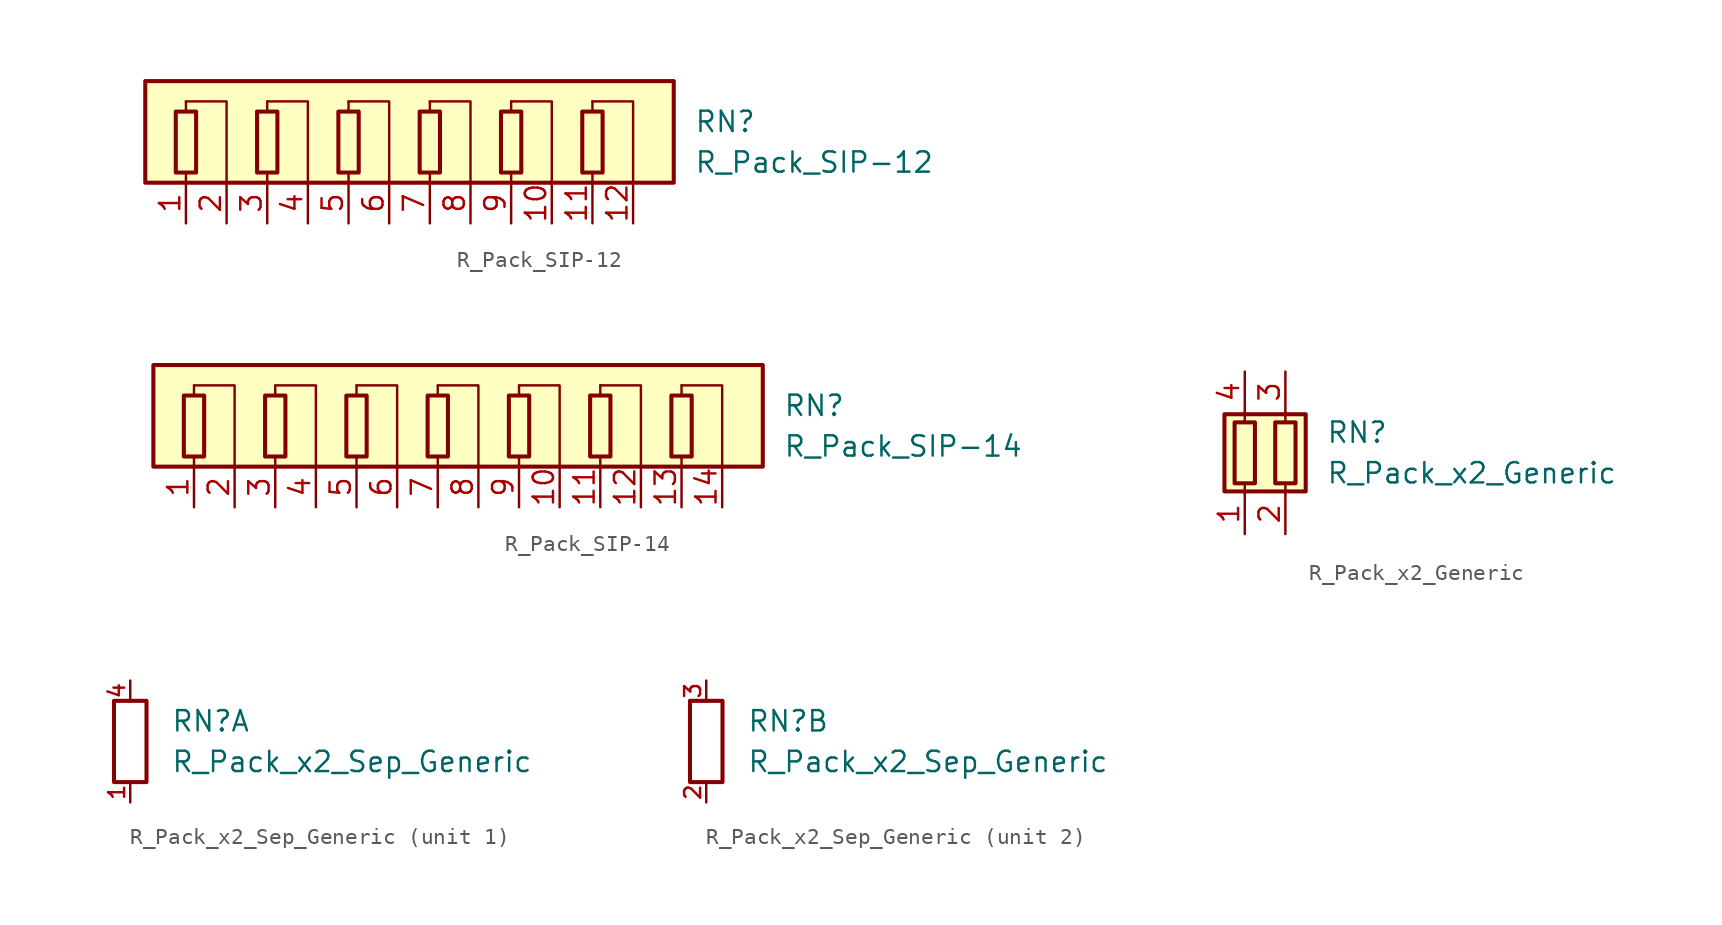
<source format=kicad_sym>
(kicad_symbol_lib
  (version 20211014)
  (generator kicad_symbol_editor)
  (symbol "R_Pack_SIP-12"
    (pin_names
      (offset 0.002) hide)
    (property "Reference" "RN"
      (at 17.78 1.27 0)
      (effects (font (size 1.27 1.27)) (justify left)))
    (property "Value" "R_Pack_SIP-12"
      (at 17.78 -1.27 0)
      (effects (font (size 1.27 1.27)) (justify left)))
    (symbol "R_Pack_SIP-12_0_1"
      (rectangle (start -16.51 3.81) (end 16.51 -2.54) (stroke (width 0.254) (type default) (color 0 0 0 0)) (fill (type background)))
      (rectangle (start -14.605 1.905) (end -13.335 -1.905) (stroke (width 0.254) (type default) (color 0 0 0 0)) (fill (type none)))
      (rectangle (start -9.525 1.905) (end -8.255 -1.905) (stroke (width 0.254) (type default) (color 0 0 0 0)) (fill (type none)))
      (rectangle (start -4.445 1.905) (end -3.175 -1.905) (stroke (width 0.254) (type default) (color 0 0 0 0)) (fill (type none)))
      (polyline (pts (xy -13.97 -2.54) (xy -13.97 -1.905)) (stroke (width 0) (type default) (color 0 0 0 0)) (fill (type none)))
      (polyline (pts (xy -13.97 1.905) (xy -13.97 2.54)) (stroke (width 0) (type default) (color 0 0 0 0)) (fill (type none)))
      (polyline (pts (xy -8.89 -2.54) (xy -8.89 -1.905)) (stroke (width 0) (type default) (color 0 0 0 0)) (fill (type none)))
      (polyline (pts (xy -8.89 1.905) (xy -8.89 2.54)) (stroke (width 0) (type default) (color 0 0 0 0)) (fill (type none)))
      (polyline (pts (xy -3.81 -2.54) (xy -3.81 -1.905)) (stroke (width 0) (type default) (color 0 0 0 0)) (fill (type none)))
      (polyline (pts (xy -3.81 1.905) (xy -3.81 2.54)) (stroke (width 0) (type default) (color 0 0 0 0)) (fill (type none)))
      (polyline (pts (xy 1.27 -2.54) (xy 1.27 -1.905)) (stroke (width 0) (type default) (color 0 0 0 0)) (fill (type none)))
      (polyline (pts (xy 1.27 1.905) (xy 1.27 2.54)) (stroke (width 0) (type default) (color 0 0 0 0)) (fill (type none)))
      (polyline (pts (xy 6.35 -2.54) (xy 6.35 -1.905)) (stroke (width 0) (type default) (color 0 0 0 0)) (fill (type none)))
      (polyline (pts (xy 6.35 1.905) (xy 6.35 2.54)) (stroke (width 0) (type default) (color 0 0 0 0)) (fill (type none)))
      (polyline (pts (xy 11.43 -2.54) (xy 11.43 -1.905)) (stroke (width 0) (type default) (color 0 0 0 0)) (fill (type none)))
      (polyline (pts (xy 11.43 1.905) (xy 11.43 2.54)) (stroke (width 0) (type default) (color 0 0 0 0)) (fill (type none)))
      (polyline (pts (xy -13.97 2.54) (xy -11.43 2.54) (xy -11.43 -2.54)) (stroke (width 0.152) (type default) (color 0 0 0 0)) (fill (type none)))
      (polyline (pts (xy -8.89 2.54) (xy -6.35 2.54) (xy -6.35 -2.54)) (stroke (width 0.152) (type default) (color 0 0 0 0)) (fill (type none)))
      (polyline (pts (xy -3.81 2.54) (xy -1.27 2.54) (xy -1.27 -2.54)) (stroke (width 0.152) (type default) (color 0 0 0 0)) (fill (type none)))
      (polyline (pts (xy 1.27 2.54) (xy 3.81 2.54) (xy 3.81 -2.54)) (stroke (width 0.152) (type default) (color 0 0 0 0)) (fill (type none)))
      (polyline (pts (xy 6.35 2.54) (xy 8.89 2.54) (xy 8.89 -2.54)) (stroke (width 0.152) (type default) (color 0 0 0 0)) (fill (type none)))
      (polyline (pts (xy 11.43 2.54) (xy 13.97 2.54) (xy 13.97 -2.54)) (stroke (width 0.152) (type default) (color 0 0 0 0)) (fill (type none)))
      (rectangle (start 0.635 1.905) (end 1.905 -1.905) (stroke (width 0.254) (type default) (color 0 0 0 0)) (fill (type none)))
      (rectangle (start 5.715 1.905) (end 6.985 -1.905) (stroke (width 0.254) (type default) (color 0 0 0 0)) (fill (type none)))
      (rectangle (start 10.795 1.905) (end 12.065 -1.905) (stroke (width 0.254) (type default) (color 0 0 0 0)) (fill (type none))))
    (symbol "R_Pack_SIP-12_1_1"
      (pin passive line (at -13.97 -5.08 90) (length 2.54) (name "R1.1" (effects (font (size 1.27 1.27)))) (number "1" (effects (font (size 1.27 1.27)))))
      (pin passive line (at 8.89 -5.08 90) (length 2.54) (name "R5.2" (effects (font (size 1.27 1.27)))) (number "10" (effects (font (size 1.27 1.27)))))
      (pin passive line (at 11.43 -5.08 90) (length 2.54) (name "R6.1" (effects (font (size 1.27 1.27)))) (number "11" (effects (font (size 1.27 1.27)))))
      (pin passive line (at 13.97 -5.08 90) (length 2.54) (name "R6.2" (effects (font (size 1.27 1.27)))) (number "12" (effects (font (size 1.27 1.27)))))
      (pin passive line (at -11.43 -5.08 90) (length 2.54) (name "R1.2" (effects (font (size 1.27 1.27)))) (number "2" (effects (font (size 1.27 1.27)))))
      (pin passive line (at -8.89 -5.08 90) (length 2.54) (name "R2.1" (effects (font (size 1.27 1.27)))) (number "3" (effects (font (size 1.27 1.27)))))
      (pin passive line (at -6.35 -5.08 90) (length 2.54) (name "R2.2" (effects (font (size 1.27 1.27)))) (number "4" (effects (font (size 1.27 1.27)))))
      (pin passive line (at -3.81 -5.08 90) (length 2.54) (name "R3.1" (effects (font (size 1.27 1.27)))) (number "5" (effects (font (size 1.27 1.27)))))
      (pin passive line (at -1.27 -5.08 90) (length 2.54) (name "R3.2" (effects (font (size 1.27 1.27)))) (number "6" (effects (font (size 1.27 1.27)))))
      (pin passive line (at 1.27 -5.08 90) (length 2.54) (name "R4.1" (effects (font (size 1.27 1.27)))) (number "7" (effects (font (size 1.27 1.27)))))
      (pin passive line (at 3.81 -5.08 90) (length 2.54) (name "R4.2" (effects (font (size 1.27 1.27)))) (number "8" (effects (font (size 1.27 1.27)))))
      (pin passive line (at 6.35 -5.08 90) (length 2.54) (name "R5.1" (effects (font (size 1.27 1.27)))) (number "9" (effects (font (size 1.27 1.27)))))))
  (symbol "R_Pack_SIP-14"
    (pin_names
      (offset 0.002) hide)
    (property "Reference" "RN"
      (at 20.32 1.27 0)
      (effects (font (size 1.27 1.27)) (justify left)))
    (property "Value" "R_Pack_SIP-14"
      (at 20.32 -1.27 0)
      (effects (font (size 1.27 1.27)) (justify left)))
    (symbol "R_Pack_SIP-14_0_1"
      (rectangle (start -19.05 3.81) (end 19.05 -2.54) (stroke (width 0.254) (type default) (color 0 0 0 0)) (fill (type background)))
      (rectangle (start -17.145 1.905) (end -15.875 -1.905) (stroke (width 0.254) (type default) (color 0 0 0 0)) (fill (type none)))
      (rectangle (start -12.065 1.905) (end -10.795 -1.905) (stroke (width 0.254) (type default) (color 0 0 0 0)) (fill (type none)))
      (rectangle (start -6.985 1.905) (end -5.715 -1.905) (stroke (width 0.254) (type default) (color 0 0 0 0)) (fill (type none)))
      (rectangle (start -1.905 1.905) (end -0.635 -1.905) (stroke (width 0.254) (type default) (color 0 0 0 0)) (fill (type none)))
      (polyline (pts (xy -16.51 -2.54) (xy -16.51 -1.905)) (stroke (width 0) (type default) (color 0 0 0 0)) (fill (type none)))
      (polyline (pts (xy -16.51 1.905) (xy -16.51 2.54)) (stroke (width 0) (type default) (color 0 0 0 0)) (fill (type none)))
      (polyline (pts (xy -11.43 -2.54) (xy -11.43 -1.905)) (stroke (width 0) (type default) (color 0 0 0 0)) (fill (type none)))
      (polyline (pts (xy -11.43 1.905) (xy -11.43 2.54)) (stroke (width 0) (type default) (color 0 0 0 0)) (fill (type none)))
      (polyline (pts (xy -6.35 -2.54) (xy -6.35 -1.905)) (stroke (width 0) (type default) (color 0 0 0 0)) (fill (type none)))
      (polyline (pts (xy -6.35 1.905) (xy -6.35 2.54)) (stroke (width 0) (type default) (color 0 0 0 0)) (fill (type none)))
      (polyline (pts (xy -1.27 -2.54) (xy -1.27 -1.905)) (stroke (width 0) (type default) (color 0 0 0 0)) (fill (type none)))
      (polyline (pts (xy -1.27 1.905) (xy -1.27 2.54)) (stroke (width 0) (type default) (color 0 0 0 0)) (fill (type none)))
      (polyline (pts (xy 3.81 -2.54) (xy 3.81 -1.905)) (stroke (width 0) (type default) (color 0 0 0 0)) (fill (type none)))
      (polyline (pts (xy 3.81 1.905) (xy 3.81 2.54)) (stroke (width 0) (type default) (color 0 0 0 0)) (fill (type none)))
      (polyline (pts (xy 8.89 -2.54) (xy 8.89 -1.905)) (stroke (width 0) (type default) (color 0 0 0 0)) (fill (type none)))
      (polyline (pts (xy 8.89 1.905) (xy 8.89 2.54)) (stroke (width 0) (type default) (color 0 0 0 0)) (fill (type none)))
      (polyline (pts (xy 13.97 -2.54) (xy 13.97 -1.905)) (stroke (width 0) (type default) (color 0 0 0 0)) (fill (type none)))
      (polyline (pts (xy 13.97 1.905) (xy 13.97 2.54)) (stroke (width 0) (type default) (color 0 0 0 0)) (fill (type none)))
      (polyline (pts (xy -16.51 2.54) (xy -13.97 2.54) (xy -13.97 -2.54)) (stroke (width 0.152) (type default) (color 0 0 0 0)) (fill (type none)))
      (polyline (pts (xy -11.43 2.54) (xy -8.89 2.54) (xy -8.89 -2.54)) (stroke (width 0.152) (type default) (color 0 0 0 0)) (fill (type none)))
      (polyline (pts (xy -6.35 2.54) (xy -3.81 2.54) (xy -3.81 -2.54)) (stroke (width 0.152) (type default) (color 0 0 0 0)) (fill (type none)))
      (polyline (pts (xy -1.27 2.54) (xy 1.27 2.54) (xy 1.27 -2.54)) (stroke (width 0.152) (type default) (color 0 0 0 0)) (fill (type none)))
      (polyline (pts (xy 3.81 2.54) (xy 6.35 2.54) (xy 6.35 -2.54)) (stroke (width 0.152) (type default) (color 0 0 0 0)) (fill (type none)))
      (polyline (pts (xy 8.89 2.54) (xy 11.43 2.54) (xy 11.43 -2.54)) (stroke (width 0.152) (type default) (color 0 0 0 0)) (fill (type none)))
      (polyline (pts (xy 13.97 2.54) (xy 16.51 2.54) (xy 16.51 -2.54)) (stroke (width 0.152) (type default) (color 0 0 0 0)) (fill (type none)))
      (rectangle (start 3.175 1.905) (end 4.445 -1.905) (stroke (width 0.254) (type default) (color 0 0 0 0)) (fill (type none)))
      (rectangle (start 8.255 1.905) (end 9.525 -1.905) (stroke (width 0.254) (type default) (color 0 0 0 0)) (fill (type none)))
      (rectangle (start 13.335 1.905) (end 14.605 -1.905) (stroke (width 0.254) (type default) (color 0 0 0 0)) (fill (type none))))
    (symbol "R_Pack_SIP-14_1_1"
      (pin passive line (at -16.51 -5.08 90) (length 2.54) (name "R1.1" (effects (font (size 1.27 1.27)))) (number "1" (effects (font (size 1.27 1.27)))))
      (pin passive line (at 6.35 -5.08 90) (length 2.54) (name "R5.2" (effects (font (size 1.27 1.27)))) (number "10" (effects (font (size 1.27 1.27)))))
      (pin passive line (at 8.89 -5.08 90) (length 2.54) (name "R6.1" (effects (font (size 1.27 1.27)))) (number "11" (effects (font (size 1.27 1.27)))))
      (pin passive line (at 11.43 -5.08 90) (length 2.54) (name "R6.2" (effects (font (size 1.27 1.27)))) (number "12" (effects (font (size 1.27 1.27)))))
      (pin passive line (at 13.97 -5.08 90) (length 2.54) (name "R7.1" (effects (font (size 1.27 1.27)))) (number "13" (effects (font (size 1.27 1.27)))))
      (pin passive line (at 16.51 -5.08 90) (length 2.54) (name "R7.2" (effects (font (size 1.27 1.27)))) (number "14" (effects (font (size 1.27 1.27)))))
      (pin passive line (at -13.97 -5.08 90) (length 2.54) (name "R1.2" (effects (font (size 1.27 1.27)))) (number "2" (effects (font (size 1.27 1.27)))))
      (pin passive line (at -11.43 -5.08 90) (length 2.54) (name "R2.1" (effects (font (size 1.27 1.27)))) (number "3" (effects (font (size 1.27 1.27)))))
      (pin passive line (at -8.89 -5.08 90) (length 2.54) (name "R2.2" (effects (font (size 1.27 1.27)))) (number "4" (effects (font (size 1.27 1.27)))))
      (pin passive line (at -6.35 -5.08 90) (length 2.54) (name "R3.1" (effects (font (size 1.27 1.27)))) (number "5" (effects (font (size 1.27 1.27)))))
      (pin passive line (at -3.81 -5.08 90) (length 2.54) (name "R3.2" (effects (font (size 1.27 1.27)))) (number "6" (effects (font (size 1.27 1.27)))))
      (pin passive line (at -1.27 -5.08 90) (length 2.54) (name "R4.1" (effects (font (size 1.27 1.27)))) (number "7" (effects (font (size 1.27 1.27)))))
      (pin passive line (at 1.27 -5.08 90) (length 2.54) (name "R4.2" (effects (font (size 1.27 1.27)))) (number "8" (effects (font (size 1.27 1.27)))))
      (pin passive line (at 3.81 -5.08 90) (length 2.54) (name "R5.1" (effects (font (size 1.27 1.27)))) (number "9" (effects (font (size 1.27 1.27)))))))
  (symbol "R_Pack_x2_Generic"
    (pin_names
      (offset 0.002) hide)
    (property "Reference" "RN"
      (at 2.54 1.27 0)
      (effects (font (size 1.27 1.27)) (justify left)))
    (property "Value" "R_Pack_x2_Generic"
      (at 2.54 -1.27 0)
      (effects (font (size 1.27 1.27)) (justify left)))
    (symbol "R_Pack_x2_Generic_0_1"
      (rectangle (start -3.81 -2.413) (end 1.27 2.413) (stroke (width 0.254) (type default) (color 0 0 0 0)) (fill (type background)))
      (rectangle (start -3.175 1.905) (end -1.905 -1.905) (stroke (width 0.254) (type default) (color 0 0 0 0)) (fill (type none)))
      (rectangle (start -0.635 1.905) (end 0.635 -1.905) (stroke (width 0.254) (type default) (color 0 0 0 0)) (fill (type none)))
      (polyline (pts (xy -2.54 -2.54) (xy -2.54 -1.905)) (stroke (width 0) (type default) (color 0 0 0 0)) (fill (type none)))
      (polyline (pts (xy -2.54 1.905) (xy -2.54 2.54)) (stroke (width 0) (type default) (color 0 0 0 0)) (fill (type none)))
      (polyline (pts (xy 0 -2.54) (xy 0 -1.905)) (stroke (width 0) (type default) (color 0 0 0 0)) (fill (type none)))
      (polyline (pts (xy 0 1.905) (xy 0 2.54)) (stroke (width 0) (type default) (color 0 0 0 0)) (fill (type none))))
    (symbol "R_Pack_x2_Generic_1_1"
      (pin passive line (at -2.54 -5.08 90) (length 2.54) (name "R1.1" (effects (font (size 1.27 1.27)))) (number "1" (effects (font (size 1.27 1.27)))))
      (pin passive line (at 0 -5.08 90) (length 2.54) (name "R2.1" (effects (font (size 1.27 1.27)))) (number "2" (effects (font (size 1.27 1.27)))))
      (pin passive line (at 0 5.08 270) (length 2.54) (name "R2.2" (effects (font (size 1.27 1.27)))) (number "3" (effects (font (size 1.27 1.27)))))
      (pin passive line (at -2.54 5.08 270) (length 2.54) (name "R1.2" (effects (font (size 1.27 1.27)))) (number "4" (effects (font (size 1.27 1.27)))))))
  (symbol "R_Pack_x2_Sep_Generic"
    (pin_names
      (offset 0.002) hide)
    (property "Reference" "RN"
      (at 2.54 1.27 0)
      (effects (font (size 1.27 1.27)) (justify left)))
    (property "Value" "R_Pack_x2_Sep_Generic"
      (at 2.54 -1.27 0)
      (effects (font (size 1.27 1.27)) (justify left)))
    (symbol "R_Pack_x2_Sep_Generic_0_1"
      (rectangle (start 1.016 2.54) (end -1.016 -2.54) (stroke (width 0.254) (type default) (color 0 0 0 0)) (fill (type none))))
    (symbol "R_Pack_x2_Sep_Generic_1_1"
      (pin passive line (at 0 -3.81 90) (length 1.27) (name "R1.1" (effects (font (size 1.27 1.27)))) (number "1" (effects (font (size 1 1)))))
      (pin passive line (at 0 3.81 270) (length 1.27) (name "R1.2" (effects (font (size 1.27 1.27)))) (number "4" (effects (font (size 1 1))))))
    (symbol "R_Pack_x2_Sep_Generic_2_1"
      (pin passive line (at 0 -3.81 90) (length 1.27) (name "R2.1" (effects (font (size 1.27 1.27)))) (number "2" (effects (font (size 1 1)))))
      (pin passive line (at 0 3.81 270) (length 1.27) (name "R2.2" (effects (font (size 1.27 1.27)))) (number "3" (effects (font (size 1 1))))))))
</source>
